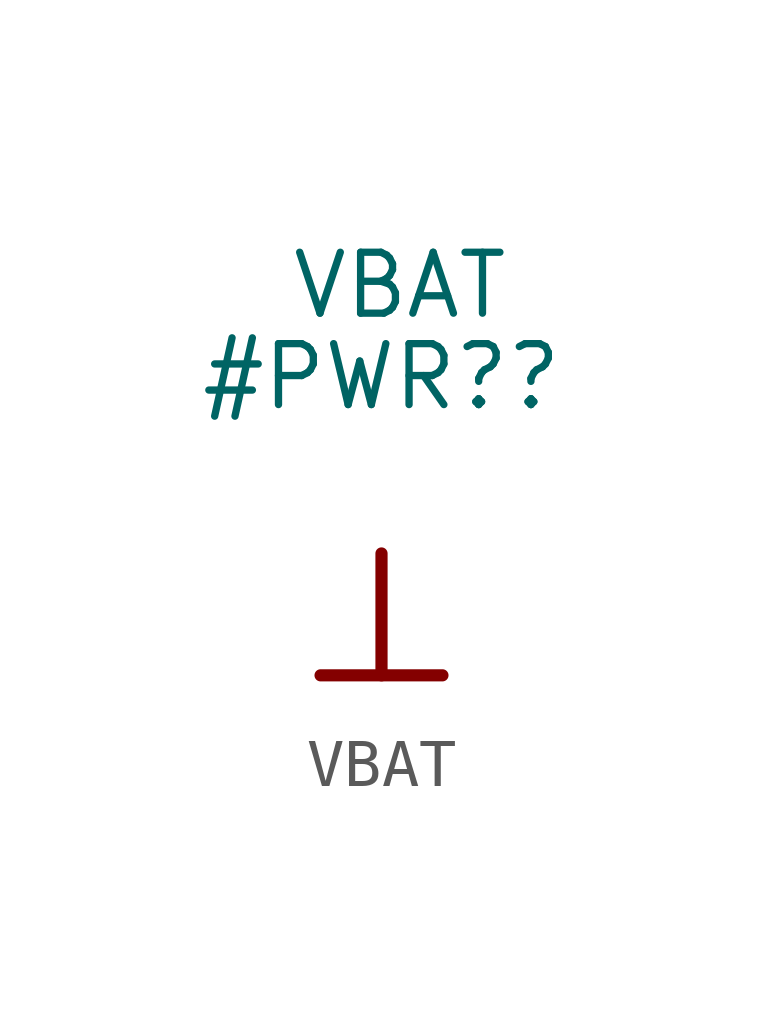
<source format=kicad_sym>
(kicad_symbol_lib
  (version 20211014)
  (generator kicad_symbol_editor)
  (symbol "VBAT"
    (power)
    (property "Reference" "#PWR?"
      (at 0 3.683 0)
      (effects (font (size 1.27 1.27))))
    (property "Value" "VBAT"
      (at 0.381 5.588 0)
      (effects (font (size 1.27 1.27))))
    (symbol "VBAT_0_0"
      (polyline (pts (xy -1.27 -2.54) (xy 1.27 -2.54)) (stroke (width 0.254) (type default) (color 0 0 0 0)) (fill (type none)))
      (polyline (pts (xy 0 0) (xy 0 -2.54)) (stroke (width 0.254) (type default) (color 0 0 0 0)) (fill (type none)))
      (pin power_in line (at 0 0 0) (length 0) hide (name "USB5V" (effects (font (size 1.27 1.27)))) (number "" (effects (font (size 1.27 1.27))))))))
</source>
